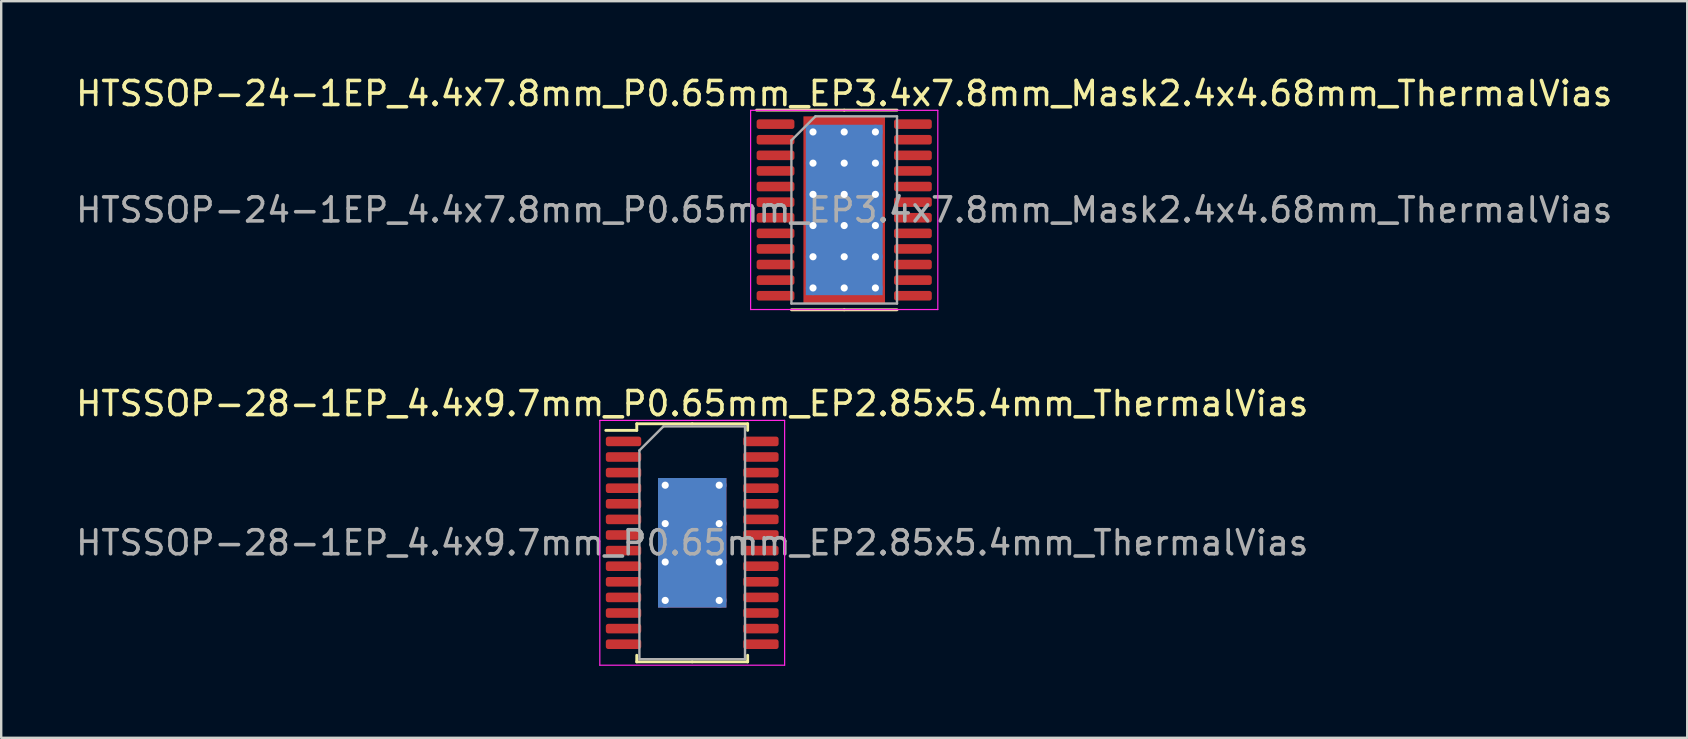
<source format=kicad_pcb>
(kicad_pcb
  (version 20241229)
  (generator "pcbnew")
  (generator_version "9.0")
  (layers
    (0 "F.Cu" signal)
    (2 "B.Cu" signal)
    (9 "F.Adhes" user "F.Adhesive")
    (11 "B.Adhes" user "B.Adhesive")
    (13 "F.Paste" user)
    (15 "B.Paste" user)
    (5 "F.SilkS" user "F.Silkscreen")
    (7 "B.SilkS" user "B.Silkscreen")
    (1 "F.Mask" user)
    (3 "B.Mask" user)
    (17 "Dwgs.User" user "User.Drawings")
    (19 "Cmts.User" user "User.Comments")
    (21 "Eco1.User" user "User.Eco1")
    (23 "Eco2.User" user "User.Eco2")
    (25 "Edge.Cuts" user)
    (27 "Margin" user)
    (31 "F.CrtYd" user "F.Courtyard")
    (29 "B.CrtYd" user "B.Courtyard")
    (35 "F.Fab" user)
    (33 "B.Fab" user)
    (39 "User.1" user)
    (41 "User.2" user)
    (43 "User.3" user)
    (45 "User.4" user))
  (footprint "HTSSOP-28-1EP_4.4x9.7mm_P0.65mm_EP2.85x5.4mm_ThermalVias"
    (layer "F.Cu")
    (at 25.792 19.567)
    (property "Reference" "HTSSOP-28-1EP_4.4x9.7mm_P0.65mm_EP2.85x5.4mm_ThermalVias" (at 0 -5.8 0) (layer "F.SilkS") (effects (font (size 1 1) (thickness 0.15))))
    (attr smd)
    (fp_line (start -2.31 -4.96) (end -2.31 -4.685) (stroke (width 0.12) (type solid)) (layer "F.SilkS"))
    (fp_line (start -2.31 -4.685) (end -3.6 -4.685) (stroke (width 0.12) (type solid)) (layer "F.SilkS"))
    (fp_line (start -2.31 4.96) (end -2.31 4.685) (stroke (width 0.12) (type solid)) (layer "F.SilkS"))
    (fp_line (start 0 -4.96) (end -2.31 -4.96) (stroke (width 0.12) (type solid)) (layer "F.SilkS"))
    (fp_line (start 0 -4.96) (end 2.31 -4.96) (stroke (width 0.12) (type solid)) (layer "F.SilkS"))
    (fp_line (start 0 4.96) (end -2.31 4.96) (stroke (width 0.12) (type solid)) (layer "F.SilkS"))
    (fp_line (start 0 4.96) (end 2.31 4.96) (stroke (width 0.12) (type solid)) (layer "F.SilkS"))
    (fp_line (start 2.31 -4.96) (end 2.31 -4.685) (stroke (width 0.12) (type solid)) (layer "F.SilkS"))
    (fp_line (start 2.31 4.96) (end 2.31 4.685) (stroke (width 0.12) (type solid)) (layer "F.SilkS"))
    (fp_line (start -3.85 -5.1) (end -3.85 5.1) (stroke (width 0.05) (type solid)) (layer "F.CrtYd"))
    (fp_line (start -3.85 5.1) (end 3.85 5.1) (stroke (width 0.05) (type solid)) (layer "F.CrtYd"))
    (fp_line (start 3.85 -5.1) (end -3.85 -5.1) (stroke (width 0.05) (type solid)) (layer "F.CrtYd"))
    (fp_line (start 3.85 5.1) (end 3.85 -5.1) (stroke (width 0.05) (type solid)) (layer "F.CrtYd"))
    (fp_line (start -2.2 -3.85) (end -1.2 -4.85) (stroke (width 0.1) (type solid)) (layer "F.Fab"))
    (fp_line (start -2.2 4.85) (end -2.2 -3.85) (stroke (width 0.1) (type solid)) (layer "F.Fab"))
    (fp_line (start -1.2 -4.85) (end 2.2 -4.85) (stroke (width 0.1) (type solid)) (layer "F.Fab"))
    (fp_line (start 2.2 -4.85) (end 2.2 4.85) (stroke (width 0.1) (type solid)) (layer "F.Fab"))
    (fp_line (start 2.2 4.85) (end -2.2 4.85) (stroke (width 0.1) (type solid)) (layer "F.Fab"))
    (fp_text user "${REFERENCE}" (at 0 0 0) (layer "F.Fab") (effects (font (size 1 1) (thickness 0.15))))
    (pad "" smd roundrect (at 0 -1.8) (size 2.3 1.45) (layers "F.Paste") (roundrect_rratio 0.172))
    (pad "" smd roundrect (at 0 0) (size 2.3 1.45) (layers "F.Paste") (roundrect_rratio 0.172))
    (pad "" smd roundrect (at 0 1.8) (size 2.3 1.45) (layers "F.Paste") (roundrect_rratio 0.172))
    (pad "1" smd roundrect (at -2.862 -4.225) (size 1.475 0.4) (layers "F.Cu" "F.Mask" "F.Paste") (roundrect_rratio 0.25))
    (pad "2" smd roundrect (at -2.862 -3.575) (size 1.475 0.4) (layers "F.Cu" "F.Mask" "F.Paste") (roundrect_rratio 0.25))
    (pad "3" smd roundrect (at -2.862 -2.925) (size 1.475 0.4) (layers "F.Cu" "F.Mask" "F.Paste") (roundrect_rratio 0.25))
    (pad "4" smd roundrect (at -2.862 -2.275) (size 1.475 0.4) (layers "F.Cu" "F.Mask" "F.Paste") (roundrect_rratio 0.25))
    (pad "5" smd roundrect (at -2.862 -1.625) (size 1.475 0.4) (layers "F.Cu" "F.Mask" "F.Paste") (roundrect_rratio 0.25))
    (pad "6" smd roundrect (at -2.862 -0.975) (size 1.475 0.4) (layers "F.Cu" "F.Mask" "F.Paste") (roundrect_rratio 0.25))
    (pad "7" smd roundrect (at -2.862 -0.325) (size 1.475 0.4) (layers "F.Cu" "F.Mask" "F.Paste") (roundrect_rratio 0.25))
    (pad "8" smd roundrect (at -2.862 0.325) (size 1.475 0.4) (layers "F.Cu" "F.Mask" "F.Paste") (roundrect_rratio 0.25))
    (pad "9" smd roundrect (at -2.862 0.975) (size 1.475 0.4) (layers "F.Cu" "F.Mask" "F.Paste") (roundrect_rratio 0.25))
    (pad "10" smd roundrect (at -2.862 1.625) (size 1.475 0.4) (layers "F.Cu" "F.Mask" "F.Paste") (roundrect_rratio 0.25))
    (pad "11" smd roundrect (at -2.862 2.275) (size 1.475 0.4) (layers "F.Cu" "F.Mask" "F.Paste") (roundrect_rratio 0.25))
    (pad "12" smd roundrect (at -2.862 2.925) (size 1.475 0.4) (layers "F.Cu" "F.Mask" "F.Paste") (roundrect_rratio 0.25))
    (pad "13" smd roundrect (at -2.862 3.575) (size 1.475 0.4) (layers "F.Cu" "F.Mask" "F.Paste") (roundrect_rratio 0.25))
    (pad "14" smd roundrect (at -2.862 4.225) (size 1.475 0.4) (layers "F.Cu" "F.Mask" "F.Paste") (roundrect_rratio 0.25))
    (pad "15" smd roundrect (at 2.862 4.225) (size 1.475 0.4) (layers "F.Cu" "F.Mask" "F.Paste") (roundrect_rratio 0.25))
    (pad "16" smd roundrect (at 2.862 3.575) (size 1.475 0.4) (layers "F.Cu" "F.Mask" "F.Paste") (roundrect_rratio 0.25))
    (pad "17" smd roundrect (at 2.862 2.925) (size 1.475 0.4) (layers "F.Cu" "F.Mask" "F.Paste") (roundrect_rratio 0.25))
    (pad "18" smd roundrect (at 2.862 2.275) (size 1.475 0.4) (layers "F.Cu" "F.Mask" "F.Paste") (roundrect_rratio 0.25))
    (pad "19" smd roundrect (at 2.862 1.625) (size 1.475 0.4) (layers "F.Cu" "F.Mask" "F.Paste") (roundrect_rratio 0.25))
    (pad "20" smd roundrect (at 2.862 0.975) (size 1.475 0.4) (layers "F.Cu" "F.Mask" "F.Paste") (roundrect_rratio 0.25))
    (pad "21" smd roundrect (at 2.862 0.325) (size 1.475 0.4) (layers "F.Cu" "F.Mask" "F.Paste") (roundrect_rratio 0.25))
    (pad "22" smd roundrect (at 2.862 -0.325) (size 1.475 0.4) (layers "F.Cu" "F.Mask" "F.Paste") (roundrect_rratio 0.25))
    (pad "23" smd roundrect (at 2.862 -0.975) (size 1.475 0.4) (layers "F.Cu" "F.Mask" "F.Paste") (roundrect_rratio 0.25))
    (pad "24" smd roundrect (at 2.862 -1.625) (size 1.475 0.4) (layers "F.Cu" "F.Mask" "F.Paste") (roundrect_rratio 0.25))
    (pad "25" smd roundrect (at 2.862 -2.275) (size 1.475 0.4) (layers "F.Cu" "F.Mask" "F.Paste") (roundrect_rratio 0.25))
    (pad "26" smd roundrect (at 2.862 -2.925) (size 1.475 0.4) (layers "F.Cu" "F.Mask" "F.Paste") (roundrect_rratio 0.25))
    (pad "27" smd roundrect (at 2.862 -3.575) (size 1.475 0.4) (layers "F.Cu" "F.Mask" "F.Paste") (roundrect_rratio 0.25))
    (pad "28" smd roundrect (at 2.862 -4.225) (size 1.475 0.4) (layers "F.Cu" "F.Mask" "F.Paste") (roundrect_rratio 0.25))
    (pad "29" thru_hole circle (at -1.125 -2.4) (size 0.6 0.6) (drill 0.3) (layers "*.Cu"))
    (pad "29" thru_hole circle (at -1.125 -0.8) (size 0.6 0.6) (drill 0.3) (layers "*.Cu"))
    (pad "29" thru_hole circle (at -1.125 0.8) (size 0.6 0.6) (drill 0.3) (layers "*.Cu"))
    (pad "29" thru_hole circle (at -1.125 2.4) (size 0.6 0.6) (drill 0.3) (layers "*.Cu"))
    (pad "29" smd rect (at 0 0) (size 2.85 5.4) (layers "F.Cu" "F.Mask"))
    (pad "29" smd rect (at 0 0) (size 2.85 5.4) (layers "B.Cu"))
    (pad "29" thru_hole circle (at 1.125 -2.4) (size 0.6 0.6) (drill 0.3) (layers "*.Cu"))
    (pad "29" thru_hole circle (at 1.125 -0.8) (size 0.6 0.6) (drill 0.3) (layers "*.Cu"))
    (pad "29" thru_hole circle (at 1.125 0.8) (size 0.6 0.6) (drill 0.3) (layers "*.Cu"))
    (pad "29" thru_hole circle (at 1.125 2.4) (size 0.6 0.6) (drill 0.3) (layers "*.Cu")))
  (footprint "HTSSOP-24-1EP_4.4x7.8mm_P0.65mm_EP3.4x7.8mm_Mask2.4x4.68mm_ThermalVias"
    (layer "F.Cu")
    (at 32.125 5.698)
    (property "Reference" "HTSSOP-24-1EP_4.4x7.8mm_P0.65mm_EP3.4x7.8mm_Mask2.4x4.68mm_ThermalVias" (at 0 -4.85 0) (layer "F.SilkS") (effects (font (size 1 1) (thickness 0.15))))
    (attr smd)
    (fp_line (start 0 -4.16) (end -3.65 -4.16) (stroke (width 0.12) (type solid)) (layer "F.SilkS"))
    (fp_line (start 0 -4.16) (end 2.2 -4.16) (stroke (width 0.12) (type solid)) (layer "F.SilkS"))
    (fp_line (start 0 4.16) (end -2.2 4.16) (stroke (width 0.12) (type solid)) (layer "F.SilkS"))
    (fp_line (start 0 4.16) (end 2.2 4.16) (stroke (width 0.12) (type solid)) (layer "F.SilkS"))
    (fp_line (start -3.9 -4.15) (end -3.9 4.15) (stroke (width 0.05) (type solid)) (layer "F.CrtYd"))
    (fp_line (start -3.9 4.15) (end 3.9 4.15) (stroke (width 0.05) (type solid)) (layer "F.CrtYd"))
    (fp_line (start 3.9 -4.15) (end -3.9 -4.15) (stroke (width 0.05) (type solid)) (layer "F.CrtYd"))
    (fp_line (start 3.9 4.15) (end 3.9 -4.15) (stroke (width 0.05) (type solid)) (layer "F.CrtYd"))
    (fp_line (start -2.2 -2.9) (end -1.2 -3.9) (stroke (width 0.1) (type solid)) (layer "F.Fab"))
    (fp_line (start -2.2 3.9) (end -2.2 -2.9) (stroke (width 0.1) (type solid)) (layer "F.Fab"))
    (fp_line (start -1.2 -3.9) (end 2.2 -3.9) (stroke (width 0.1) (type solid)) (layer "F.Fab"))
    (fp_line (start 2.2 -3.9) (end 2.2 3.9) (stroke (width 0.1) (type solid)) (layer "F.Fab"))
    (fp_line (start 2.2 3.9) (end -2.2 3.9) (stroke (width 0.1) (type solid)) (layer "F.Fab"))
    (fp_text user "${REFERENCE}" (at 0 0 0) (layer "F.Fab") (effects (font (size 1 1) (thickness 0.15))))
    (pad "" smd roundrect (at 0 -1.17) (size 1.93 1.89) (layers "F.Paste") (roundrect_rratio 0.132))
    (pad "" smd rect (at 0 0) (size 2.4 4.68) (layers "F.Mask"))
    (pad "" smd roundrect (at 0 1.17) (size 1.93 1.89) (layers "F.Paste") (roundrect_rratio 0.132))
    (pad "1" smd roundrect (at -2.862 -3.575) (size 1.575 0.4) (layers "F.Cu" "F.Mask" "F.Paste") (roundrect_rratio 0.25))
    (pad "2" smd roundrect (at -2.862 -2.925) (size 1.575 0.4) (layers "F.Cu" "F.Mask" "F.Paste") (roundrect_rratio 0.25))
    (pad "3" smd roundrect (at -2.862 -2.275) (size 1.575 0.4) (layers "F.Cu" "F.Mask" "F.Paste") (roundrect_rratio 0.25))
    (pad "4" smd roundrect (at -2.862 -1.625) (size 1.575 0.4) (layers "F.Cu" "F.Mask" "F.Paste") (roundrect_rratio 0.25))
    (pad "5" smd roundrect (at -2.862 -0.975) (size 1.575 0.4) (layers "F.Cu" "F.Mask" "F.Paste") (roundrect_rratio 0.25))
    (pad "6" smd roundrect (at -2.862 -0.325) (size 1.575 0.4) (layers "F.Cu" "F.Mask" "F.Paste") (roundrect_rratio 0.25))
    (pad "7" smd roundrect (at -2.862 0.325) (size 1.575 0.4) (layers "F.Cu" "F.Mask" "F.Paste") (roundrect_rratio 0.25))
    (pad "8" smd roundrect (at -2.862 0.975) (size 1.575 0.4) (layers "F.Cu" "F.Mask" "F.Paste") (roundrect_rratio 0.25))
    (pad "9" smd roundrect (at -2.862 1.625) (size 1.575 0.4) (layers "F.Cu" "F.Mask" "F.Paste") (roundrect_rratio 0.25))
    (pad "10" smd roundrect (at -2.862 2.275) (size 1.575 0.4) (layers "F.Cu" "F.Mask" "F.Paste") (roundrect_rratio 0.25))
    (pad "11" smd roundrect (at -2.862 2.925) (size 1.575 0.4) (layers "F.Cu" "F.Mask" "F.Paste") (roundrect_rratio 0.25))
    (pad "12" smd roundrect (at -2.862 3.575) (size 1.575 0.4) (layers "F.Cu" "F.Mask" "F.Paste") (roundrect_rratio 0.25))
    (pad "13" smd roundrect (at 2.862 3.575) (size 1.575 0.4) (layers "F.Cu" "F.Mask" "F.Paste") (roundrect_rratio 0.25))
    (pad "14" smd roundrect (at 2.862 2.925) (size 1.575 0.4) (layers "F.Cu" "F.Mask" "F.Paste") (roundrect_rratio 0.25))
    (pad "15" smd roundrect (at 2.862 2.275) (size 1.575 0.4) (layers "F.Cu" "F.Mask" "F.Paste") (roundrect_rratio 0.25))
    (pad "16" smd roundrect (at 2.862 1.625) (size 1.575 0.4) (layers "F.Cu" "F.Mask" "F.Paste") (roundrect_rratio 0.25))
    (pad "17" smd roundrect (at 2.862 0.975) (size 1.575 0.4) (layers "F.Cu" "F.Mask" "F.Paste") (roundrect_rratio 0.25))
    (pad "18" smd roundrect (at 2.862 0.325) (size 1.575 0.4) (layers "F.Cu" "F.Mask" "F.Paste") (roundrect_rratio 0.25))
    (pad "19" smd roundrect (at 2.862 -0.325) (size 1.575 0.4) (layers "F.Cu" "F.Mask" "F.Paste") (roundrect_rratio 0.25))
    (pad "20" smd roundrect (at 2.862 -0.975) (size 1.575 0.4) (layers "F.Cu" "F.Mask" "F.Paste") (roundrect_rratio 0.25))
    (pad "21" smd roundrect (at 2.862 -1.625) (size 1.575 0.4) (layers "F.Cu" "F.Mask" "F.Paste") (roundrect_rratio 0.25))
    (pad "22" smd roundrect (at 2.862 -2.275) (size 1.575 0.4) (layers "F.Cu" "F.Mask" "F.Paste") (roundrect_rratio 0.25))
    (pad "23" smd roundrect (at 2.862 -2.925) (size 1.575 0.4) (layers "F.Cu" "F.Mask" "F.Paste") (roundrect_rratio 0.25))
    (pad "24" smd roundrect (at 2.862 -3.575) (size 1.575 0.4) (layers "F.Cu" "F.Mask" "F.Paste") (roundrect_rratio 0.25))
    (pad "25" thru_hole circle (at -1.3 -3.25) (size 0.6 0.6) (drill 0.3) (layers "*.Cu"))
    (pad "25" thru_hole circle (at -1.3 -1.95) (size 0.6 0.6) (drill 0.3) (layers "*.Cu"))
    (pad "25" thru_hole circle (at -1.3 -0.65) (size 0.6 0.6) (drill 0.3) (layers "*.Cu"))
    (pad "25" thru_hole circle (at -1.3 0.65) (size 0.6 0.6) (drill 0.3) (layers "*.Cu"))
    (pad "25" thru_hole circle (at -1.3 1.95) (size 0.6 0.6) (drill 0.3) (layers "*.Cu"))
    (pad "25" thru_hole circle (at -1.3 3.25) (size 0.6 0.6) (drill 0.3) (layers "*.Cu"))
    (pad "25" thru_hole circle (at 0 -3.25) (size 0.6 0.6) (drill 0.3) (layers "*.Cu"))
    (pad "25" thru_hole circle (at 0 -1.95) (size 0.6 0.6) (drill 0.3) (layers "*.Cu"))
    (pad "25" thru_hole circle (at 0 -0.65) (size 0.6 0.6) (drill 0.3) (layers "*.Cu"))
    (pad "25" smd rect (at 0 0) (size 3.2 7.1) (layers "B.Cu"))
    (pad "25" smd rect (at 0 0) (size 3.4 7.8) (layers "F.Cu"))
    (pad "25" thru_hole circle (at 0 0.65) (size 0.6 0.6) (drill 0.3) (layers "*.Cu"))
    (pad "25" thru_hole circle (at 0 1.95) (size 0.6 0.6) (drill 0.3) (layers "*.Cu"))
    (pad "25" thru_hole circle (at 0 3.25) (size 0.6 0.6) (drill 0.3) (layers "*.Cu"))
    (pad "25" thru_hole circle (at 1.3 -3.25) (size 0.6 0.6) (drill 0.3) (layers "*.Cu"))
    (pad "25" thru_hole circle (at 1.3 -1.95) (size 0.6 0.6) (drill 0.3) (layers "*.Cu"))
    (pad "25" thru_hole circle (at 1.3 -0.65) (size 0.6 0.6) (drill 0.3) (layers "*.Cu"))
    (pad "25" thru_hole circle (at 1.3 0.65) (size 0.6 0.6) (drill 0.3) (layers "*.Cu"))
    (pad "25" thru_hole circle (at 1.3 1.95) (size 0.6 0.6) (drill 0.3) (layers "*.Cu"))
    (pad "25" thru_hole circle (at 1.3 3.25) (size 0.6 0.6) (drill 0.3) (layers "*.Cu")))
  (gr_rect
    (start -3 -3)
    (end 67.25 27.692)
    (stroke (width 0.1) (type default))
    (fill no)
    (layer "Edge.Cuts")))
</source>
